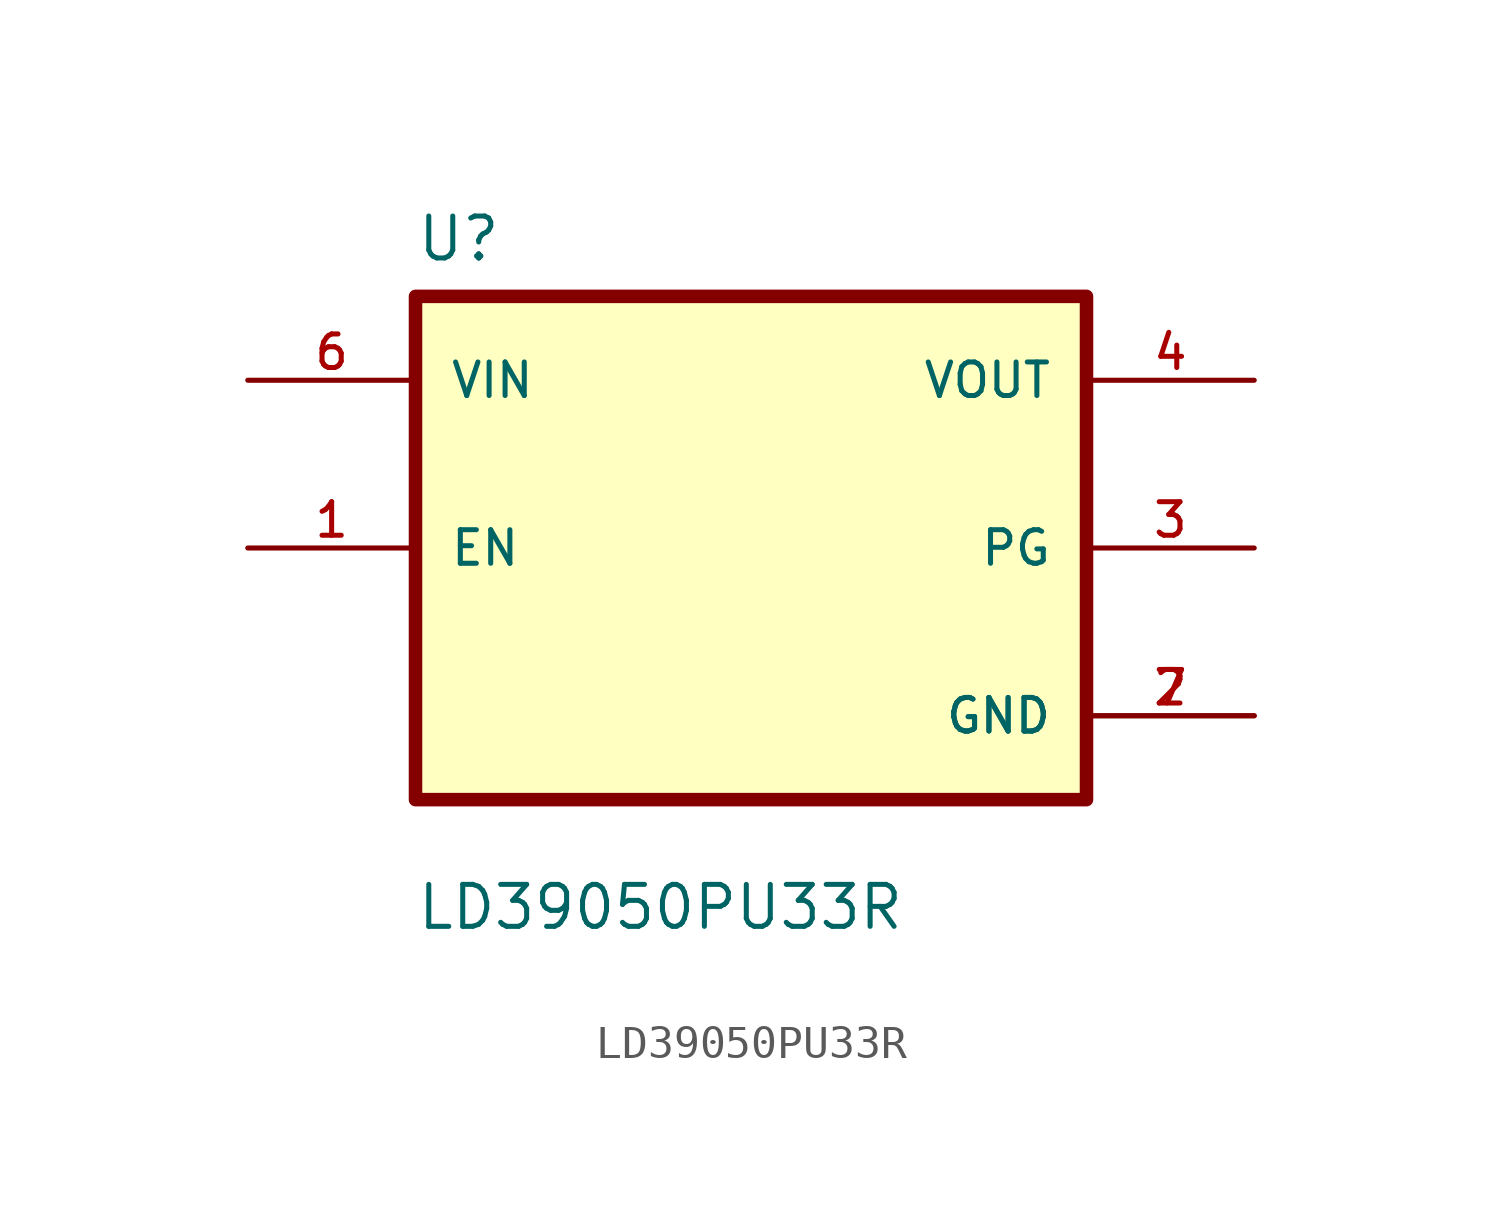
<source format=kicad_sym>
(kicad_symbol_lib
  (version 20211014)
  (generator kicad_symbol_editor)
  (symbol "LD39050PU33R"
    (pin_names
      (offset 1.016))
    (property "Reference" "U"
      (at -10.16 8.62 0.0)
      (effects (font (size 1.27 1.27)) (justify bottom left)))
    (property "Value" "LD39050PU33R"
      (at -10.16 -11.62 0.0)
      (effects (font (size 1.27 1.27)) (justify bottom left)))
    (symbol "LD39050PU33R_0_0"
      (rectangle (start -10.16 -7.62) (end 10.16 7.62) (stroke (width 0.41)) (fill (type background)))
      (pin input line (at -15.24 0.0 0) (length 5.08) (name "EN" (effects (font (size 1.016 1.016)))) (number "1" (effects (font (size 1.016 1.016)))))
      (pin bidirectional line (at 15.24 0.0 180.0) (length 5.08) (name "PG" (effects (font (size 1.016 1.016)))) (number "3" (effects (font (size 1.016 1.016)))))
      (pin power_in line (at -15.24 5.08 0) (length 5.08) (name "VIN" (effects (font (size 1.016 1.016)))) (number "6" (effects (font (size 1.016 1.016)))))
      (pin output line (at 15.24 5.08 180.0) (length 5.08) (name "VOUT" (effects (font (size 1.016 1.016)))) (number "4" (effects (font (size 1.016 1.016)))))
      (pin power_in line (at 15.24 -5.08 180.0) (length 5.08) (name "GND" (effects (font (size 1.016 1.016)))) (number "2" (effects (font (size 1.016 1.016)))))
      (pin power_in line (at 15.24 -5.08 180.0) (length 5.08) (name "GND" (effects (font (size 1.016 1.016)))) (number "7" (effects (font (size 1.016 1.016))))))))
</source>
